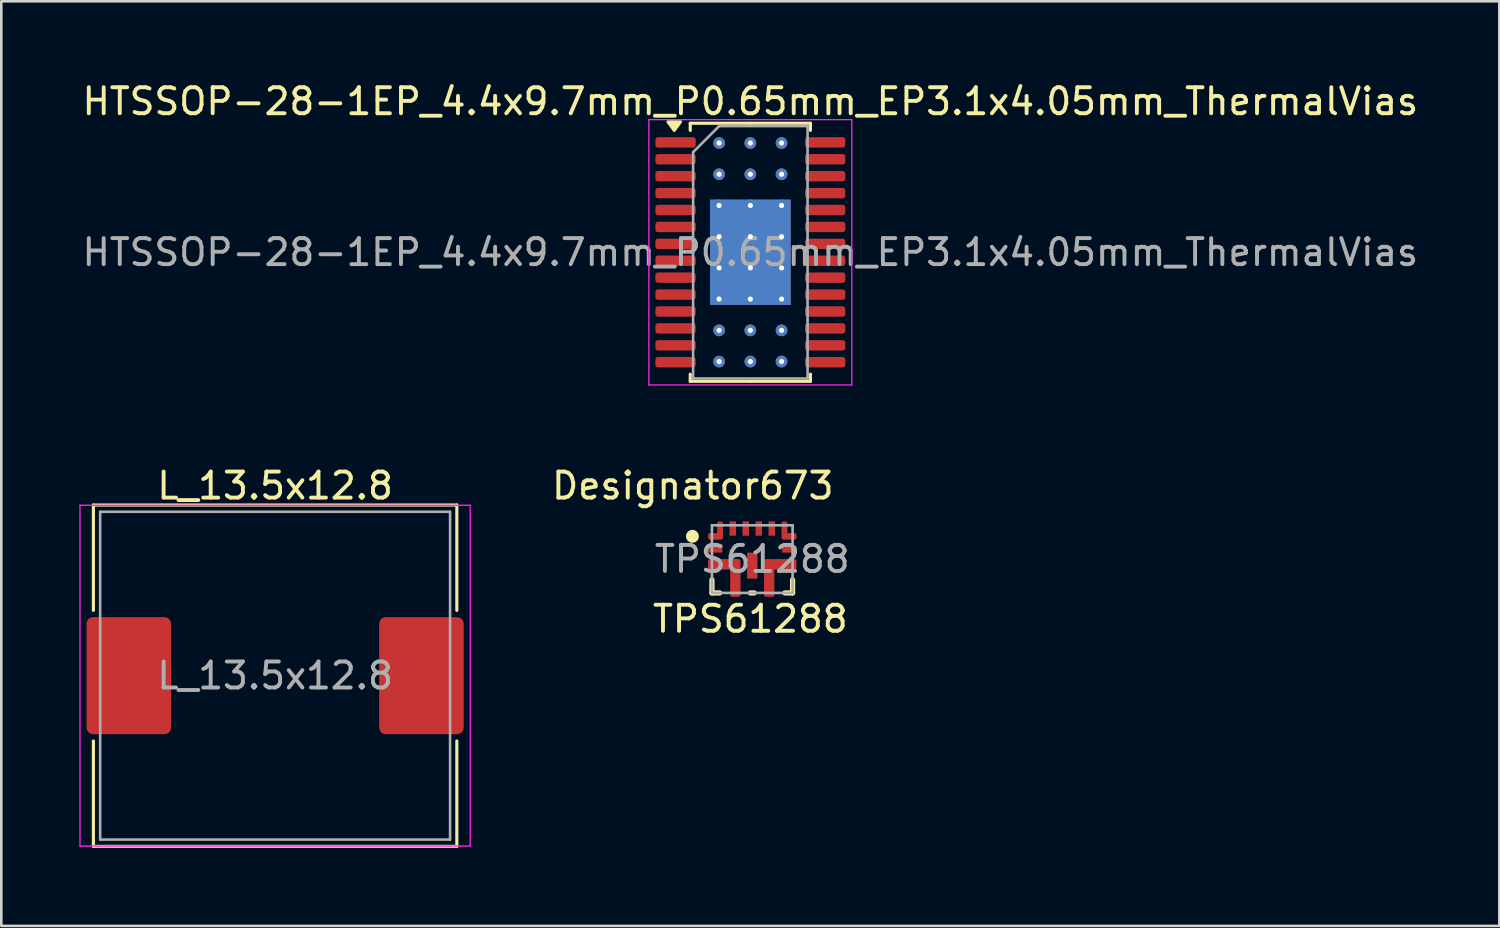
<source format=kicad_pcb>
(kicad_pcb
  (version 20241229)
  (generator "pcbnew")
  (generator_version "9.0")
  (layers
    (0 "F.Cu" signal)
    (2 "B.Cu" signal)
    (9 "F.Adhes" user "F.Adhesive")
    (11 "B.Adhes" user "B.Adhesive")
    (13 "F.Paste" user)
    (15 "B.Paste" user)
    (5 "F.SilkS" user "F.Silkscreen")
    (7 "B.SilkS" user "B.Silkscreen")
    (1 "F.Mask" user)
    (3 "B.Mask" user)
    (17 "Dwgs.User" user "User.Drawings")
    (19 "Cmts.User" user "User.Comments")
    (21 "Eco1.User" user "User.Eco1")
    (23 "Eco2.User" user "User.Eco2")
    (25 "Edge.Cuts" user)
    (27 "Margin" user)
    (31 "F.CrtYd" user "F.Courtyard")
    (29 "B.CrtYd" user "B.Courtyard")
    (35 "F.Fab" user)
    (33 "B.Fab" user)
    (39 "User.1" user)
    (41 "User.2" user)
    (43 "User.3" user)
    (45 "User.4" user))
  (footprint "HTSSOP-28-1EP_4.4x9.7mm_P0.65mm_EP3.1x4.05mm_ThermalVias"
    (layer "F.Cu")
    (at 25.792 6.648)
    (property "Reference" "HTSSOP-28-1EP_4.4x9.7mm_P0.65mm_EP3.1x4.05mm_ThermalVias" (at 0 -5.8 0) (layer "F.SilkS") (effects (font (size 1 1) (thickness 0.15))))
    (attr smd)
    (fp_line (start -2.31 -4.96) (end -2.31 -4.685) (stroke (width 0.12) (type solid)) (layer "F.SilkS"))
    (fp_line (start -2.31 4.96) (end -2.31 4.685) (stroke (width 0.12) (type solid)) (layer "F.SilkS"))
    (fp_line (start 0 -4.96) (end -2.31 -4.96) (stroke (width 0.12) (type solid)) (layer "F.SilkS"))
    (fp_line (start 0 -4.96) (end 2.31 -4.96) (stroke (width 0.12) (type solid)) (layer "F.SilkS"))
    (fp_line (start 0 4.96) (end -2.31 4.96) (stroke (width 0.12) (type solid)) (layer "F.SilkS"))
    (fp_line (start 0 4.96) (end 2.31 4.96) (stroke (width 0.12) (type solid)) (layer "F.SilkS"))
    (fp_line (start 2.31 -4.96) (end 2.31 -4.685) (stroke (width 0.12) (type solid)) (layer "F.SilkS"))
    (fp_line (start 2.31 4.96) (end 2.31 4.685) (stroke (width 0.12) (type solid)) (layer "F.SilkS"))
    (fp_poly (pts (xy -2.925 -4.685) (xy -3.165 -5.015) (xy -2.685 -5.015) (xy -2.925 -4.685)) (stroke (width 0.12) (type solid)) (fill yes) (layer "F.SilkS"))
    (fp_line (start -3.9 -5.1) (end -3.9 5.1) (stroke (width 0.05) (type solid)) (layer "F.CrtYd"))
    (fp_line (start -3.9 5.1) (end 3.9 5.1) (stroke (width 0.05) (type solid)) (layer "F.CrtYd"))
    (fp_line (start 3.9 -5.1) (end -3.9 -5.1) (stroke (width 0.05) (type solid)) (layer "F.CrtYd"))
    (fp_line (start 3.9 5.1) (end 3.9 -5.1) (stroke (width 0.05) (type solid)) (layer "F.CrtYd"))
    (fp_line (start -2.2 -3.85) (end -1.2 -4.85) (stroke (width 0.1) (type solid)) (layer "F.Fab"))
    (fp_line (start -2.2 4.85) (end -2.2 -3.85) (stroke (width 0.1) (type solid)) (layer "F.Fab"))
    (fp_line (start -1.2 -4.85) (end 2.2 -4.85) (stroke (width 0.1) (type solid)) (layer "F.Fab"))
    (fp_line (start 2.2 -4.85) (end 2.2 4.85) (stroke (width 0.1) (type solid)) (layer "F.Fab"))
    (fp_line (start 2.2 4.85) (end -2.2 4.85) (stroke (width 0.1) (type solid)) (layer "F.Fab"))
    (fp_text user "${REFERENCE}" (at 0 0 0) (layer "F.Fab") (effects (font (size 1 1) (thickness 0.15))))
    (pad "" smd roundrect (at 0 0) (size 2.54 3.556) (layers "F.Paste") (roundrect_rratio 0.15))
    (pad "1" smd roundrect (at -2.875 -4.225) (size 1.55 0.4) (layers "F.Cu" "F.Mask" "F.Paste") (roundrect_rratio 0.25))
    (pad "2" smd roundrect (at -2.875 -3.575) (size 1.55 0.4) (layers "F.Cu" "F.Mask" "F.Paste") (roundrect_rratio 0.25))
    (pad "3" smd roundrect (at -2.875 -2.925) (size 1.55 0.4) (layers "F.Cu" "F.Mask" "F.Paste") (roundrect_rratio 0.25))
    (pad "4" smd roundrect (at -2.875 -2.275) (size 1.55 0.4) (layers "F.Cu" "F.Mask" "F.Paste") (roundrect_rratio 0.25))
    (pad "5" smd roundrect (at -2.875 -1.625) (size 1.55 0.4) (layers "F.Cu" "F.Mask" "F.Paste") (roundrect_rratio 0.25))
    (pad "6" smd roundrect (at -2.875 -0.975) (size 1.55 0.4) (layers "F.Cu" "F.Mask" "F.Paste") (roundrect_rratio 0.25))
    (pad "7" smd roundrect (at -2.875 -0.325) (size 1.55 0.4) (layers "F.Cu" "F.Mask" "F.Paste") (roundrect_rratio 0.25))
    (pad "8" smd roundrect (at -2.875 0.325) (size 1.55 0.4) (layers "F.Cu" "F.Mask" "F.Paste") (roundrect_rratio 0.25))
    (pad "9" smd roundrect (at -2.875 0.975) (size 1.55 0.4) (layers "F.Cu" "F.Mask" "F.Paste") (roundrect_rratio 0.25))
    (pad "10" smd roundrect (at -2.875 1.625) (size 1.55 0.4) (layers "F.Cu" "F.Mask" "F.Paste") (roundrect_rratio 0.25))
    (pad "11" smd roundrect (at -2.875 2.275) (size 1.55 0.4) (layers "F.Cu" "F.Mask" "F.Paste") (roundrect_rratio 0.25))
    (pad "12" smd roundrect (at -2.875 2.925) (size 1.55 0.4) (layers "F.Cu" "F.Mask" "F.Paste") (roundrect_rratio 0.25))
    (pad "13" smd roundrect (at -2.875 3.575) (size 1.55 0.4) (layers "F.Cu" "F.Mask" "F.Paste") (roundrect_rratio 0.25))
    (pad "14" smd roundrect (at -2.875 4.225) (size 1.55 0.4) (layers "F.Cu" "F.Mask" "F.Paste") (roundrect_rratio 0.25))
    (pad "15" smd roundrect (at 2.875 4.225) (size 1.55 0.4) (layers "F.Cu" "F.Mask" "F.Paste") (roundrect_rratio 0.25))
    (pad "16" smd roundrect (at 2.875 3.575) (size 1.55 0.4) (layers "F.Cu" "F.Mask" "F.Paste") (roundrect_rratio 0.25))
    (pad "17" smd roundrect (at 2.875 2.925) (size 1.55 0.4) (layers "F.Cu" "F.Mask" "F.Paste") (roundrect_rratio 0.25))
    (pad "18" smd roundrect (at 2.875 2.275) (size 1.55 0.4) (layers "F.Cu" "F.Mask" "F.Paste") (roundrect_rratio 0.25))
    (pad "19" smd roundrect (at 2.875 1.625) (size 1.55 0.4) (layers "F.Cu" "F.Mask" "F.Paste") (roundrect_rratio 0.25))
    (pad "20" smd roundrect (at 2.875 0.975) (size 1.55 0.4) (layers "F.Cu" "F.Mask" "F.Paste") (roundrect_rratio 0.25))
    (pad "21" smd roundrect (at 2.875 0.325) (size 1.55 0.4) (layers "F.Cu" "F.Mask" "F.Paste") (roundrect_rratio 0.25))
    (pad "22" smd roundrect (at 2.875 -0.325) (size 1.55 0.4) (layers "F.Cu" "F.Mask" "F.Paste") (roundrect_rratio 0.25))
    (pad "23" smd roundrect (at 2.875 -0.975) (size 1.55 0.4) (layers "F.Cu" "F.Mask" "F.Paste") (roundrect_rratio 0.25))
    (pad "24" smd roundrect (at 2.875 -1.625) (size 1.55 0.4) (layers "F.Cu" "F.Mask" "F.Paste") (roundrect_rratio 0.25))
    (pad "25" smd roundrect (at 2.875 -2.275) (size 1.55 0.4) (layers "F.Cu" "F.Mask" "F.Paste") (roundrect_rratio 0.25))
    (pad "26" smd roundrect (at 2.875 -2.925) (size 1.55 0.4) (layers "F.Cu" "F.Mask" "F.Paste") (roundrect_rratio 0.25))
    (pad "27" smd roundrect (at 2.875 -3.575) (size 1.55 0.4) (layers "F.Cu" "F.Mask" "F.Paste") (roundrect_rratio 0.25))
    (pad "28" smd roundrect (at 2.875 -4.225) (size 1.55 0.4) (layers "F.Cu" "F.Mask" "F.Paste") (roundrect_rratio 0.25))
    (pad "29" thru_hole circle (at -1.2 -4.2) (size 0.45 0.45) (drill 0.2) (property pad_prop_heatsink) (layers "*.Cu"))
    (pad "29" thru_hole circle (at -1.2 -3) (size 0.45 0.45) (drill 0.2) (property pad_prop_heatsink) (layers "*.Cu"))
    (pad "29" thru_hole circle (at -1.2 -1.8) (size 0.45 0.45) (drill 0.2) (property pad_prop_heatsink) (layers "*.Cu"))
    (pad "29" thru_hole circle (at -1.2 -0.6) (size 0.45 0.45) (drill 0.2) (property pad_prop_heatsink) (layers "*.Cu"))
    (pad "29" thru_hole circle (at -1.2 0.6) (size 0.45 0.45) (drill 0.2) (property pad_prop_heatsink) (layers "*.Cu"))
    (pad "29" thru_hole circle (at -1.2 1.8) (size 0.45 0.45) (drill 0.2) (property pad_prop_heatsink) (layers "*.Cu"))
    (pad "29" thru_hole circle (at -1.2 3) (size 0.45 0.45) (drill 0.2) (property pad_prop_heatsink) (layers "*.Cu"))
    (pad "29" thru_hole circle (at -1.2 4.2) (size 0.45 0.45) (drill 0.2) (property pad_prop_heatsink) (layers "*.Cu"))
    (pad "29" thru_hole circle (at 0 -4.2) (size 0.45 0.45) (drill 0.2) (property pad_prop_heatsink) (layers "*.Cu"))
    (pad "29" thru_hole circle (at 0 -3) (size 0.45 0.45) (drill 0.2) (property pad_prop_heatsink) (layers "*.Cu"))
    (pad "29" thru_hole circle (at 0 -1.8) (size 0.45 0.45) (drill 0.2) (property pad_prop_heatsink) (layers "*.Cu"))
    (pad "29" thru_hole circle (at 0 -0.6) (size 0.45 0.45) (drill 0.2) (property pad_prop_heatsink) (layers "*.Cu"))
    (pad "29" smd rect (at 0 0) (size 3.1 4.05) (property pad_prop_heatsink) (layers "F.Cu" "F.Mask"))
    (pad "29" smd rect (at 0 0) (size 3.1 4.05) (property pad_prop_heatsink) (layers "B.Cu" "B.Mask"))
    (pad "29" thru_hole circle (at 0 0.6) (size 0.45 0.45) (drill 0.2) (property pad_prop_heatsink) (layers "*.Cu"))
    (pad "29" thru_hole circle (at 0 1.8) (size 0.45 0.45) (drill 0.2) (property pad_prop_heatsink) (layers "*.Cu"))
    (pad "29" thru_hole circle (at 0 3) (size 0.45 0.45) (drill 0.2) (property pad_prop_heatsink) (layers "*.Cu"))
    (pad "29" thru_hole circle (at 0 4.2) (size 0.45 0.45) (drill 0.2) (property pad_prop_heatsink) (layers "*.Cu"))
    (pad "29" thru_hole circle (at 1.2 -4.2) (size 0.45 0.45) (drill 0.2) (property pad_prop_heatsink) (layers "*.Cu"))
    (pad "29" thru_hole circle (at 1.2 -3) (size 0.45 0.45) (drill 0.2) (property pad_prop_heatsink) (layers "*.Cu"))
    (pad "29" thru_hole circle (at 1.2 -1.8) (size 0.45 0.45) (drill 0.2) (property pad_prop_heatsink) (layers "*.Cu"))
    (pad "29" thru_hole circle (at 1.2 -0.6) (size 0.45 0.45) (drill 0.2) (property pad_prop_heatsink) (layers "*.Cu"))
    (pad "29" thru_hole circle (at 1.2 0.6) (size 0.45 0.45) (drill 0.2) (property pad_prop_heatsink) (layers "*.Cu"))
    (pad "29" thru_hole circle (at 1.2 1.8) (size 0.45 0.45) (drill 0.2) (property pad_prop_heatsink) (layers "*.Cu"))
    (pad "29" thru_hole circle (at 1.2 3) (size 0.45 0.45) (drill 0.2) (property pad_prop_heatsink) (layers "*.Cu"))
    (pad "29" thru_hole circle (at 1.2 4.2) (size 0.45 0.45) (drill 0.2) (property pad_prop_heatsink) (layers "*.Cu")))
  (footprint "L_13.5x12.8"
    (layer "F.Cu")
    (at 7.525 22.922)
    (property "Reference" "L_13.5x12.8" (at 0 -7.3 0) (layer "F.SilkS") (effects (font (size 1 1) (thickness 0.15))))
    (attr smd)
    (fp_line (start -6.985 -6.56) (end -6.985 -2.51) (stroke (width 0.12) (type solid)) (layer "F.SilkS"))
    (fp_line (start -6.985 -6.56) (end 6.985 -6.56) (stroke (width 0.12) (type solid)) (layer "F.SilkS"))
    (fp_line (start -6.985 6.56) (end -6.985 2.51) (stroke (width 0.12) (type solid)) (layer "F.SilkS"))
    (fp_line (start -6.985 6.56) (end 6.985 6.56) (stroke (width 0.12) (type solid)) (layer "F.SilkS"))
    (fp_line (start 6.985 -6.56) (end 6.985 -2.51) (stroke (width 0.12) (type solid)) (layer "F.SilkS"))
    (fp_line (start 6.985 6.56) (end 6.985 2.51) (stroke (width 0.12) (type solid)) (layer "F.SilkS"))
    (fp_line (start -7.5 -6.55) (end -7.5 6.55) (stroke (width 0.05) (type solid)) (layer "F.CrtYd"))
    (fp_line (start -7.5 6.55) (end 7.5 6.55) (stroke (width 0.05) (type solid)) (layer "F.CrtYd"))
    (fp_line (start 7.5 -6.55) (end -7.5 -6.55) (stroke (width 0.05) (type solid)) (layer "F.CrtYd"))
    (fp_line (start 7.5 6.55) (end 7.5 -6.55) (stroke (width 0.05) (type solid)) (layer "F.CrtYd"))
    (fp_line (start -6.725 -6.3) (end -6.725 6.3) (stroke (width 0.1) (type solid)) (layer "F.Fab"))
    (fp_line (start -6.725 6.3) (end 6.725 6.3) (stroke (width 0.1) (type solid)) (layer "F.Fab"))
    (fp_line (start 6.725 -6.3) (end -6.725 -6.3) (stroke (width 0.1) (type solid)) (layer "F.Fab"))
    (fp_line (start 6.725 6.3) (end 6.725 -6.3) (stroke (width 0.1) (type solid)) (layer "F.Fab"))
    (fp_text user "${REFERENCE}" (at 0 0 0) (layer "F.Fab") (effects (font (size 1 1) (thickness 0.15))))
    (pad "1" smd roundrect (at -5.625 0) (size 3.25 4.5) (layers "F.Cu" "F.Mask" "F.Paste") (roundrect_rratio 0.077))
    (pad "2" smd roundrect (at 5.625 0) (size 3.25 4.5) (layers "F.Cu" "F.Mask" "F.Paste") (roundrect_rratio 0.077)))
  (footprint "TPS61288"
    (layer "F.Cu")
    (at 25.866 18.441)
    (property "Reference" "TPS61288" (at -0.075 2.3 0) (unlocked yes) (layer "F.SilkS") (effects (font (size 1 1) (thickness 0.15))))
    (attr smd)
    (fp_poly (pts (xy -1.35 -1) (xy -1.65 -1) (xy -1.7 -0.95) (xy -1.7 -0.8) (xy -1.65 -0.75) (xy -1.175 -0.75) (xy -1.125 -0.8) (xy -1.125 -1.4) (xy -1.175 -1.45) (xy -1.3 -1.45) (xy -1.35 -1.4)) (stroke (width 0) (type solid)) (fill yes) (layer "F.Cu"))
    (fp_poly (pts (xy -0.85 0.4) (xy -0.85 1.4) (xy -0.8 1.45) (xy -0.5 1.45) (xy -0.45 1.4) (xy -0.45 0.05) (xy -0.5 0) (xy -1.65 0) (xy -1.7 0.05) (xy -1.7 0.35) (xy -1.65 0.4)) (stroke (width 0) (type solid)) (fill yes) (layer "F.Cu"))
    (fp_poly (pts (xy 0.85 0.4) (xy 0.85 1.4) (xy 0.8 1.45) (xy 0.5 1.45) (xy 0.45 1.4) (xy 0.45 0.05) (xy 0.5 0) (xy 1.65 0) (xy 1.7 0.05) (xy 1.7 0.35) (xy 1.65 0.4)) (stroke (width 0) (type solid)) (fill yes) (layer "F.Cu"))
    (fp_poly (pts (xy 1.35 -1) (xy 1.65 -1) (xy 1.7 -0.95) (xy 1.7 -0.8) (xy 1.65 -0.75) (xy 1.175 -0.75) (xy 1.125 -0.8) (xy 1.125 -1.4) (xy 1.175 -1.45) (xy 1.3 -1.45) (xy 1.35 -1.4)) (stroke (width 0) (type solid)) (fill yes) (layer "F.Cu"))
    (fp_poly (pts (xy -1.35 -1) (xy -1.35 -1.4) (xy -1.3 -1.45) (xy -1.175 -1.45) (xy -1.125 -1.4) (xy -1.125 -0.8) (xy -1.175 -0.75) (xy -1.65 -0.75) (xy -1.7 -0.8) (xy -1.7 -0.95) (xy -1.65 -1)) (stroke (width 0) (type solid)) (fill yes) (layer "F.Mask"))
    (fp_poly (pts (xy -0.85 0.4) (xy -1.65 0.4) (xy -1.7 0.35) (xy -1.7 0.05) (xy -1.65 0) (xy -0.5 0) (xy -0.45 0.05) (xy -0.45 1.4) (xy -0.5 1.45) (xy -0.8 1.45) (xy -0.85 1.4)) (stroke (width 0) (type solid)) (fill yes) (layer "F.Mask"))
    (fp_poly (pts (xy 0.85 0.4) (xy 0.85 1.4) (xy 0.8 1.45) (xy 0.5 1.45) (xy 0.45 1.4) (xy 0.45 0.05) (xy 0.5 0) (xy 1.65 0) (xy 1.7 0.05) (xy 1.7 0.35) (xy 1.65 0.4)) (stroke (width 0) (type solid)) (fill yes) (layer "F.Mask"))
    (fp_poly (pts (xy 1.35 -1) (xy 1.65 -1) (xy 1.7 -0.95) (xy 1.7 -0.8) (xy 1.65 -0.75) (xy 1.175 -0.75) (xy 1.125 -0.8) (xy 1.125 -1.4) (xy 1.175 -1.45) (xy 1.3 -1.45) (xy 1.35 -1.4)) (stroke (width 0) (type solid)) (fill yes) (layer "F.Mask"))
    (fp_line (start -1.55 1.3) (end -1.55 0.8) (stroke (width 0.2) (type solid)) (layer "F.SilkS"))
    (fp_line (start -1.55 1.3) (end -1.25 1.3) (stroke (width 0.2) (type solid)) (layer "F.SilkS"))
    (fp_line (start -0.075 1.3) (end 0.075 1.3) (stroke (width 0.2) (type solid)) (layer "F.SilkS"))
    (fp_line (start 1.25 1.3) (end 1.55 1.3) (stroke (width 0.2) (type solid)) (layer "F.SilkS"))
    (fp_line (start 1.55 1.3) (end 1.55 0.8) (stroke (width 0.2) (type solid)) (layer "F.SilkS"))
    (fp_circle (center -2.3 -0.875) (end -2.175 -0.875) (stroke (width 0.25) (type solid)) (fill no) (layer "F.SilkS"))
    (fp_poly (pts (xy -1.35 -1) (xy -1.35 -1.4) (xy -1.3 -1.45) (xy -1.175 -1.45) (xy -1.125 -1.4) (xy -1.125 -0.8) (xy -1.175 -0.75) (xy -1.65 -0.75) (xy -1.7 -0.8) (xy -1.7 -0.95) (xy -1.65 -1)) (stroke (width 0) (type solid)) (fill yes) (layer "F.Paste"))
    (fp_poly (pts (xy -0.8 0.35) (xy -0.8 1.4) (xy -0.75 1.45) (xy -0.5 1.45) (xy -0.45 1.4) (xy -0.45 0.05) (xy -0.5 0) (xy -1.65 0) (xy -1.7 0.05) (xy -1.7 0.3) (xy -1.65 0.35)) (stroke (width 0) (type solid)) (fill yes) (layer "F.Paste"))
    (fp_poly (pts (xy 0.8 0.35) (xy 0.8 1.4) (xy 0.75 1.45) (xy 0.5 1.45) (xy 0.45 1.4) (xy 0.45 0.05) (xy 0.5 0) (xy 1.65 0) (xy 1.7 0.05) (xy 1.7 0.3) (xy 1.65 0.35)) (stroke (width 0) (type solid)) (fill yes) (layer "F.Paste"))
    (fp_poly (pts (xy 1.35 -1) (xy 1.65 -1) (xy 1.7 -0.95) (xy 1.7 -0.8) (xy 1.65 -0.75) (xy 1.175 -0.75) (xy 1.125 -0.8) (xy 1.125 -1.4) (xy 1.175 -1.45) (xy 1.3 -1.45) (xy 1.35 -1.4)) (stroke (width 0) (type solid)) (fill yes) (layer "F.Paste"))
    (fp_line (start -1.55 -1.3) (end 1.55 -1.3) (stroke (width 0.1) (type solid)) (layer "F.Fab"))
    (fp_line (start -1.55 1.3) (end -1.55 -1.3) (stroke (width 0.1) (type solid)) (layer "F.Fab"))
    (fp_line (start -1.55 1.3) (end 1.55 1.3) (stroke (width 0.1) (type solid)) (layer "F.Fab"))
    (fp_line (start 1.55 1.3) (end 1.55 -1.3) (stroke (width 0.1) (type solid)) (layer "F.Fab"))
    (fp_text user "Designator673" (at -2.286 -2.819 0) (unlocked yes) (layer "F.SilkS") (effects (font (size 1 1) (thickness 0.15))))
    (fp_text user "${REFERENCE}" (at 0 0 0) (unlocked yes) (layer "F.Fab") (effects (font (size 1 1) (thickness 0.15))))
    (pad "1" smd circle (at -1.269 -0.894) (size 0.241 0.241) (layers "F.Cu" "F.Mask" "F.Paste"))
    (pad "2" smd rect (at -1.425 -0.375 90) (size 0.25 0.55) (layers "F.Cu" "F.Mask" "F.Paste"))
    (pad "3" smd circle (at -0.684 0.278) (size 0.37 0.37) (layers "F.Cu" "F.Mask"))
    (pad "4" smd rect (at 0 0.25) (size 0.4 1) (layers "F.Cu" "F.Mask" "F.Paste"))
    (pad "5" smd circle (at 0.684 0.278) (size 0.37 0.37) (layers "F.Cu" "F.Mask"))
    (pad "6" smd rect (at 1.425 -0.375 90) (size 0.25 0.55) (layers "F.Cu" "F.Mask" "F.Paste"))
    (pad "7" smd circle (at 1.269 -0.894) (size 0.241 0.241) (layers "F.Cu" "F.Mask" "F.Paste"))
    (pad "8" smd rect (at 0.75 -1.175) (size 0.25 0.55) (layers "F.Cu" "F.Mask" "F.Paste"))
    (pad "9" smd rect (at 0.25 -1.175) (size 0.25 0.55) (layers "F.Cu" "F.Mask" "F.Paste"))
    (pad "10" smd rect (at -0.25 -1.175) (size 0.25 0.55) (layers "F.Cu" "F.Mask" "F.Paste"))
    (pad "11" smd rect (at -0.75 -1.175) (size 0.25 0.55) (layers "F.Cu" "F.Mask" "F.Paste")))
  (gr_rect
    (start -3 -3)
    (end 54.583 32.541)
    (stroke (width 0.1) (type default))
    (fill no)
    (layer "Edge.Cuts")))
</source>
